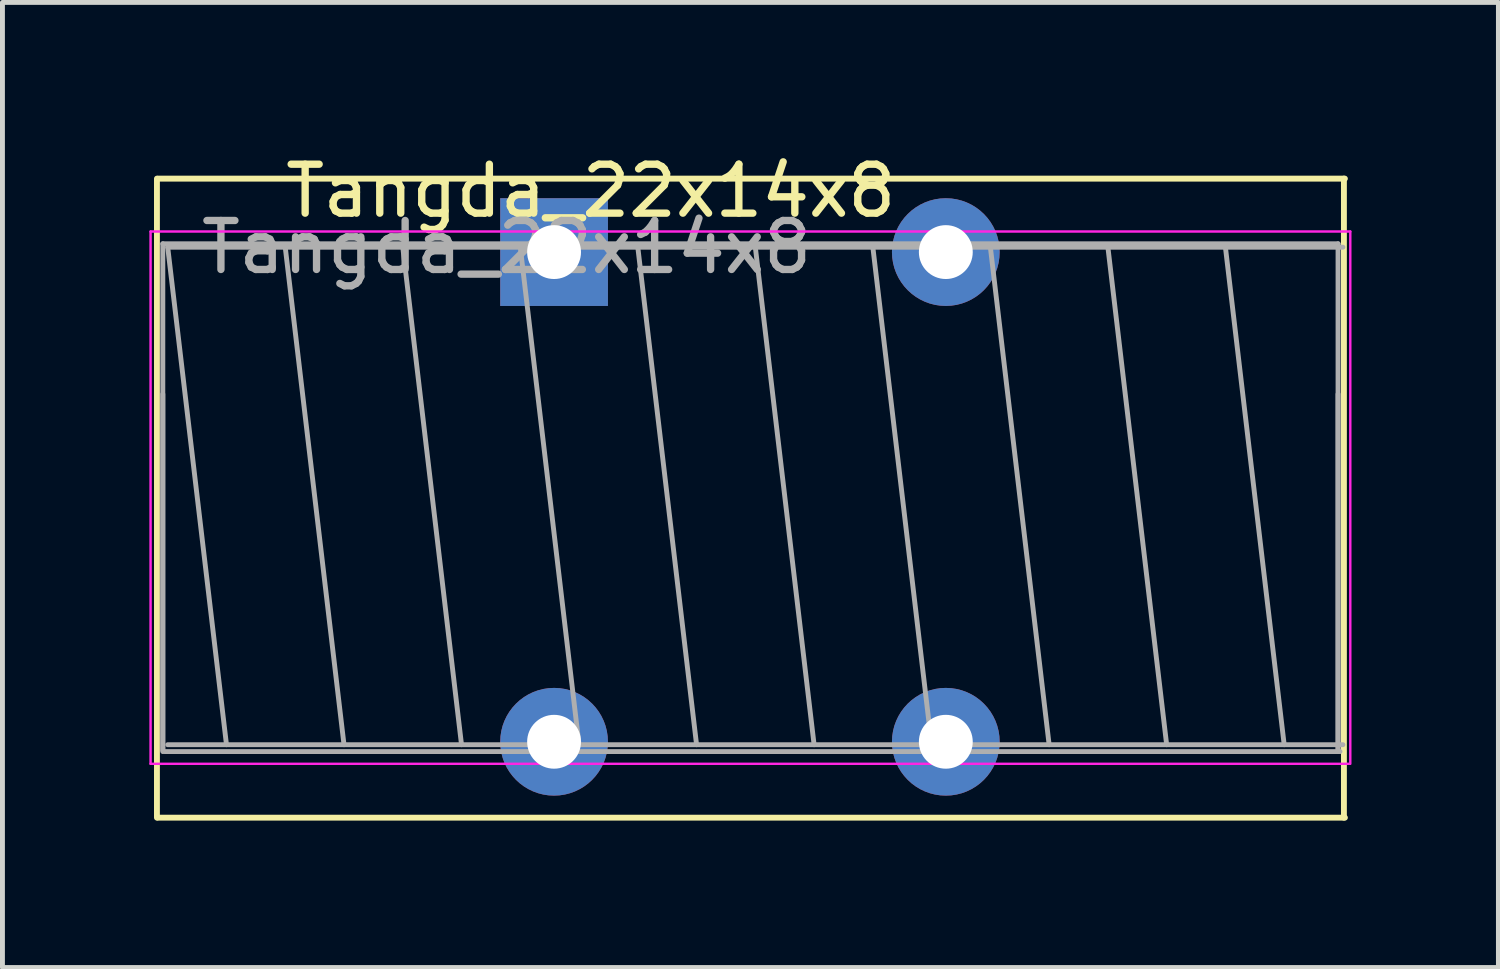
<source format=kicad_pcb>
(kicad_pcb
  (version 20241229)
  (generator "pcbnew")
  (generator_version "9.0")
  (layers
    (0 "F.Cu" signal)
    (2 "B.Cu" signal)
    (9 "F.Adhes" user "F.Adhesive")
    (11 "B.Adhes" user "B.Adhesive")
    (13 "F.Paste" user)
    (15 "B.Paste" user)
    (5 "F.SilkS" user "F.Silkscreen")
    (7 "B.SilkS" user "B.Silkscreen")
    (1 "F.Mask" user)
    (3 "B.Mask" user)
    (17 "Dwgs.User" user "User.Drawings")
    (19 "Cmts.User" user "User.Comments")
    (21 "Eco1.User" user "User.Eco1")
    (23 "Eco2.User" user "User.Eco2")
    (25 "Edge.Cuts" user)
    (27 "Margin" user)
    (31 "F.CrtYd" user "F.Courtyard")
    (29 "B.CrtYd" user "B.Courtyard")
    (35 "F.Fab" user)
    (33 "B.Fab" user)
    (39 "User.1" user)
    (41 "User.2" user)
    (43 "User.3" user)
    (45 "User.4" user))
  (footprint "Tangda_22x14x8"
    (layer "F.Cu")
    (at 2.115 4.998)
    (property "Reference" "Tangda_22x14x8" (at 6.9 -4.15 0) (layer "F.SilkS") (effects (font (size 1 1) (thickness 0.15))))
    (attr through_hole)
    (fp_line (start -1.96 -4.4) (end -1.96 8.65) (stroke (width 0.12) (type solid)) (layer "F.SilkS"))
    (fp_line (start -1.94 -4.4) (end 22.3 -4.4) (stroke (width 0.12) (type solid)) (layer "F.SilkS"))
    (fp_line (start -1.94 8.65) (end 22.3 8.65) (stroke (width 0.12) (type solid)) (layer "F.SilkS"))
    (fp_line (start 22.28 -4.4) (end 22.28 8.65) (stroke (width 0.12) (type solid)) (layer "F.SilkS"))
    (fp_line (start -2.09 -3.32) (end -2.09 7.55) (stroke (width 0.05) (type solid)) (layer "F.CrtYd"))
    (fp_line (start -2.09 7.55) (end 22.41 7.55) (stroke (width 0.05) (type solid)) (layer "F.CrtYd"))
    (fp_line (start 22.41 -3.32) (end -2.09 -3.32) (stroke (width 0.05) (type solid)) (layer "F.CrtYd"))
    (fp_line (start 22.41 7.525) (end 22.41 -3.32) (stroke (width 0.05) (type solid)) (layer "F.CrtYd"))
    (fp_line (start -1.84 -3.07) (end -1.84 7.3) (stroke (width 0.1) (type solid)) (layer "F.Fab"))
    (fp_line (start -1.84 0) (end -1.84 7.275) (stroke (width 0.1) (type solid)) (layer "F.Fab"))
    (fp_line (start -1.8 7.3) (end 22.2 7.3) (stroke (width 0.1) (type solid)) (layer "F.Fab"))
    (fp_line (start -1.74 -3) (end -0.54 7.16) (stroke (width 0.1) (type solid)) (layer "F.Fab"))
    (fp_line (start -1.74 7.16) (end 22.26 7.16) (stroke (width 0.1) (type solid)) (layer "F.Fab"))
    (fp_line (start 0.66 -3) (end 1.86 7.16) (stroke (width 0.1) (type solid)) (layer "F.Fab"))
    (fp_line (start 3.06 -3) (end 4.26 7.16) (stroke (width 0.1) (type solid)) (layer "F.Fab"))
    (fp_line (start 5.46 -3) (end 6.66 7.16) (stroke (width 0.1) (type solid)) (layer "F.Fab"))
    (fp_line (start 7.86 -3) (end 9.06 7.16) (stroke (width 0.1) (type solid)) (layer "F.Fab"))
    (fp_line (start 10.26 -3) (end 11.46 7.16) (stroke (width 0.1) (type solid)) (layer "F.Fab"))
    (fp_line (start 12.66 -3) (end 13.86 7.16) (stroke (width 0.1) (type solid)) (layer "F.Fab"))
    (fp_line (start 15.06 -3) (end 16.26 7.16) (stroke (width 0.1) (type solid)) (layer "F.Fab"))
    (fp_line (start 17.46 -3) (end 18.66 7.16) (stroke (width 0.1) (type solid)) (layer "F.Fab"))
    (fp_line (start 19.86 -3) (end 21.06 7.16) (stroke (width 0.1) (type solid)) (layer "F.Fab"))
    (fp_line (start 22.16 -3.07) (end -1.84 -3.07) (stroke (width 0.1) (type solid)) (layer "F.Fab"))
    (fp_line (start 22.16 7.275) (end 22.16 -3.07) (stroke (width 0.1) (type solid)) (layer "F.Fab"))
    (fp_line (start 22.16 7.3) (end 22.16 0) (stroke (width 0.1) (type solid)) (layer "F.Fab"))
    (fp_line (start 22.26 -3) (end -1.74 -3) (stroke (width 0.1) (type solid)) (layer "F.Fab"))
    (fp_text user "${REFERENCE}" (at 5.18 -3 0) (layer "F.Fab") (effects (font (size 1 1) (thickness 0.15))))
    (pad "1" thru_hole rect (at 6.15 -2.9) (size 2.2 2.2) (drill 1.1) (layers "*.Cu" "*.Mask"))
    (pad "2" thru_hole circle (at 14.15 -2.9) (size 2.2 2.2) (drill 1.1) (layers "*.Cu" "*.Mask"))
    (pad "3" thru_hole circle (at 14.15 7.1) (size 2.2 2.2) (drill 1.1) (layers "*.Cu" "*.Mask"))
    (pad "4" thru_hole circle (at 6.15 7.1) (size 2.2 2.2) (drill 1.1) (layers "*.Cu" "*.Mask")))
  (gr_rect
    (start -3 -3)
    (end 27.55 16.708)
    (stroke (width 0.1) (type default))
    (fill no)
    (layer "Edge.Cuts")))
</source>
